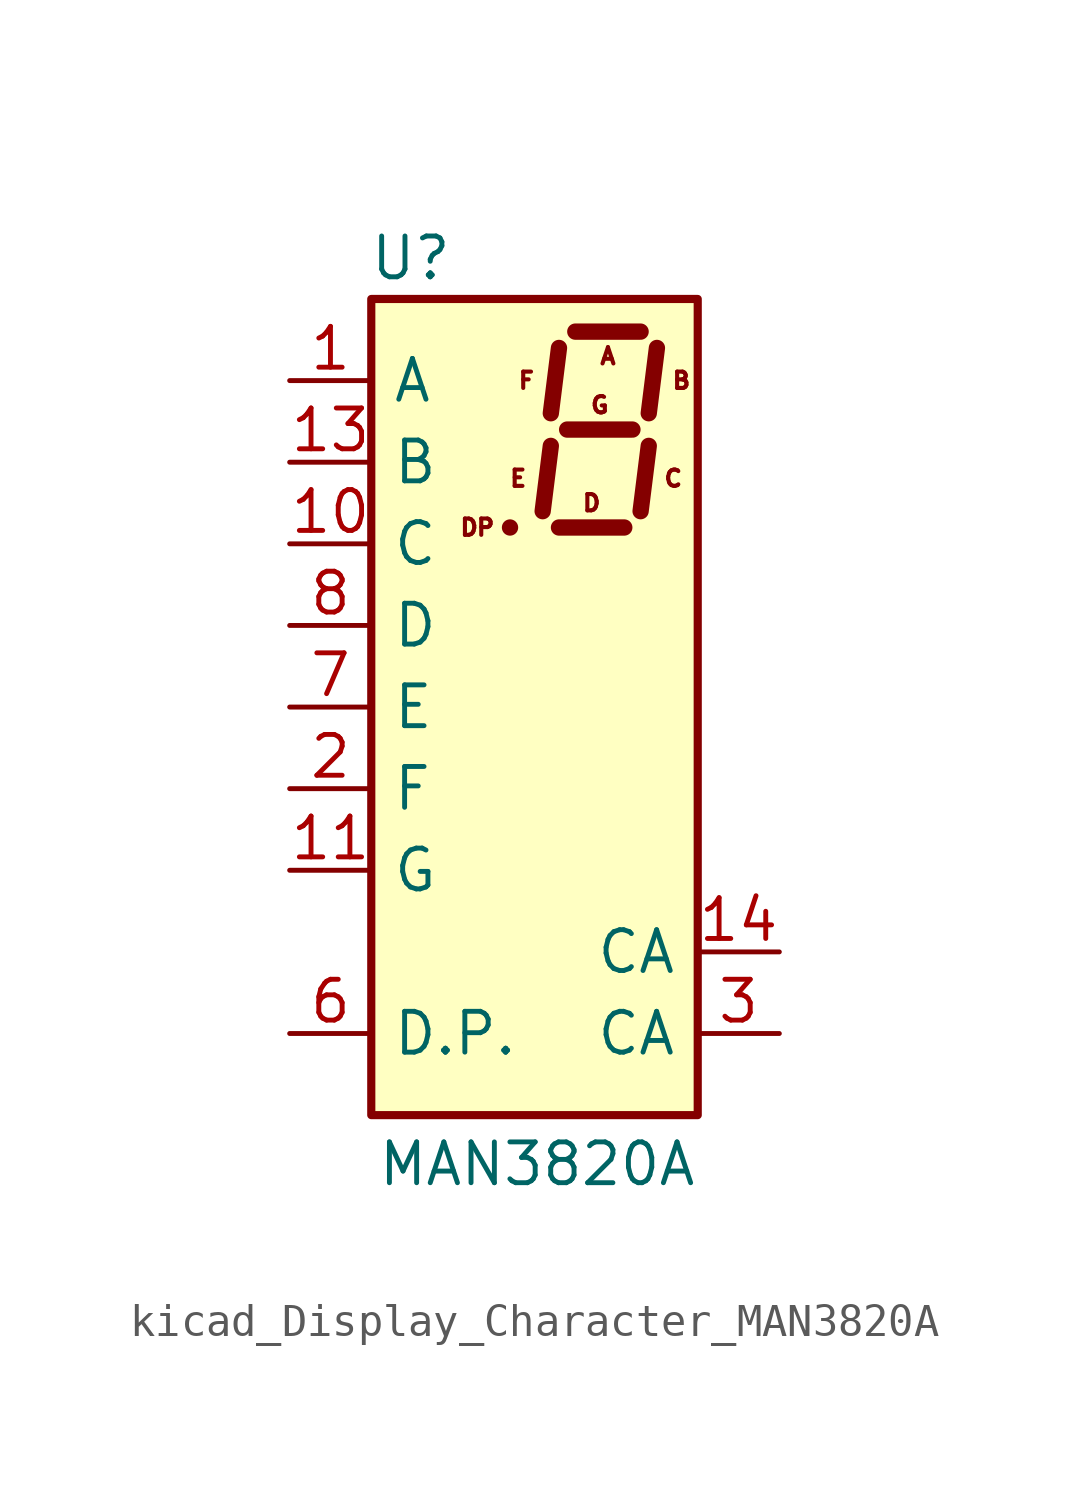
<source format=kicad_sym>
(kicad_symbol_lib
  (version 20220914)
  (generator kicad_symbol_editor)
  (symbol "kicad_Display_Character_MAN3820A"
    (pin_names
      (offset 0.635))
    (property "Reference" "U"
      (at -2.54 13.97 0)
      (effects (font (size 1.27 1.27)) (justify right)))
    (property "Value" "MAN3820A"
      (at 5.08 -14.224 0)
      (effects (font (size 1.27 1.27)) (justify right)))
    (symbol "kicad_Display_Character_MAN3820A_0_0"
      (text "A" (at 2.286 10.922 0) (effects (font (size 0.508 0.508))))
      (text "B" (at 4.572 10.16 0) (effects (font (size 0.508 0.508))))
      (text "C" (at 4.318 7.112 0) (effects (font (size 0.508 0.508))))
      (text "D" (at 1.778 6.35 0) (effects (font (size 0.508 0.508))))
      (text "DP" (at -1.778 5.588 0) (effects (font (size 0.508 0.508))))
      (text "E" (at -0.508 7.112 0) (effects (font (size 0.508 0.508))))
      (text "F" (at -0.254 10.16 0) (effects (font (size 0.508 0.508))))
      (text "G" (at 2.032 9.398 0) (effects (font (size 0.508 0.508)))))
    (symbol "kicad_Display_Character_MAN3820A_0_1"
      (rectangle (start -5.08 12.7) (end 5.08 -12.7) (stroke (width 0.254) (type default)) (fill (type background)))
      (polyline (pts (xy -0.762 5.588) (xy -0.762 5.588)) (stroke (width 0.508) (type default)) (fill (type none)))
      (polyline (pts (xy 0.508 8.128) (xy 0.254 6.096)) (stroke (width 0.508) (type default)) (fill (type none)))
      (polyline (pts (xy 0.762 5.588) (xy 2.794 5.588)) (stroke (width 0.508) (type default)) (fill (type none)))
      (polyline (pts (xy 0.762 11.176) (xy 0.508 9.144)) (stroke (width 0.508) (type default)) (fill (type none)))
      (polyline (pts (xy 1.016 8.636) (xy 3.048 8.636)) (stroke (width 0.508) (type default)) (fill (type none)))
      (polyline (pts (xy 1.27 11.684) (xy 3.302 11.684)) (stroke (width 0.508) (type default)) (fill (type none)))
      (polyline (pts (xy 3.556 8.128) (xy 3.302 6.096)) (stroke (width 0.508) (type default)) (fill (type none)))
      (polyline (pts (xy 3.81 11.176) (xy 3.556 9.144)) (stroke (width 0.508) (type default)) (fill (type none))))
    (symbol "kicad_Display_Character_MAN3820A_1_1"
      (pin input line (at -7.62 10.16 0) (length 2.54) (name "A" (effects (font (size 1.27 1.27)))) (number "1" (effects (font (size 1.27 1.27)))))
      (pin input line (at -7.62 5.08 0) (length 2.54) (name "C" (effects (font (size 1.27 1.27)))) (number "10" (effects (font (size 1.27 1.27)))))
      (pin input line (at -7.62 -5.08 0) (length 2.54) (name "G" (effects (font (size 1.27 1.27)))) (number "11" (effects (font (size 1.27 1.27)))))
      (pin no_connect line (at 5.08 -5.08 180) (length 2.54) hide (name "NC" (effects (font (size 1.27 1.27)))) (number "12" (effects (font (size 1.27 1.27)))))
      (pin input line (at -7.62 7.62 0) (length 2.54) (name "B" (effects (font (size 1.27 1.27)))) (number "13" (effects (font (size 1.27 1.27)))))
      (pin input line (at 7.62 -7.62 180) (length 2.54) (name "CA" (effects (font (size 1.27 1.27)))) (number "14" (effects (font (size 1.27 1.27)))))
      (pin input line (at -7.62 -2.54 0) (length 2.54) (name "F" (effects (font (size 1.27 1.27)))) (number "2" (effects (font (size 1.27 1.27)))))
      (pin input line (at 7.62 -10.16 180) (length 2.54) (name "CA" (effects (font (size 1.27 1.27)))) (number "3" (effects (font (size 1.27 1.27)))))
      (pin no_connect line (at 5.08 2.54 180) (length 2.54) hide (name "NC" (effects (font (size 1.27 1.27)))) (number "4" (effects (font (size 1.27 1.27)))))
      (pin no_connect line (at 5.08 0 180) (length 2.54) hide (name "NC" (effects (font (size 1.27 1.27)))) (number "5" (effects (font (size 1.27 1.27)))))
      (pin input line (at -7.62 -10.16 0) (length 2.54) (name "D.P." (effects (font (size 1.27 1.27)))) (number "6" (effects (font (size 1.27 1.27)))))
      (pin input line (at -7.62 0 0) (length 2.54) (name "E" (effects (font (size 1.27 1.27)))) (number "7" (effects (font (size 1.27 1.27)))))
      (pin input line (at -7.62 2.54 0) (length 2.54) (name "D" (effects (font (size 1.27 1.27)))) (number "8" (effects (font (size 1.27 1.27)))))
      (pin no_connect line (at 5.08 -2.54 180) (length 2.54) hide (name "NC" (effects (font (size 1.27 1.27)))) (number "9" (effects (font (size 1.27 1.27))))))))
</source>
